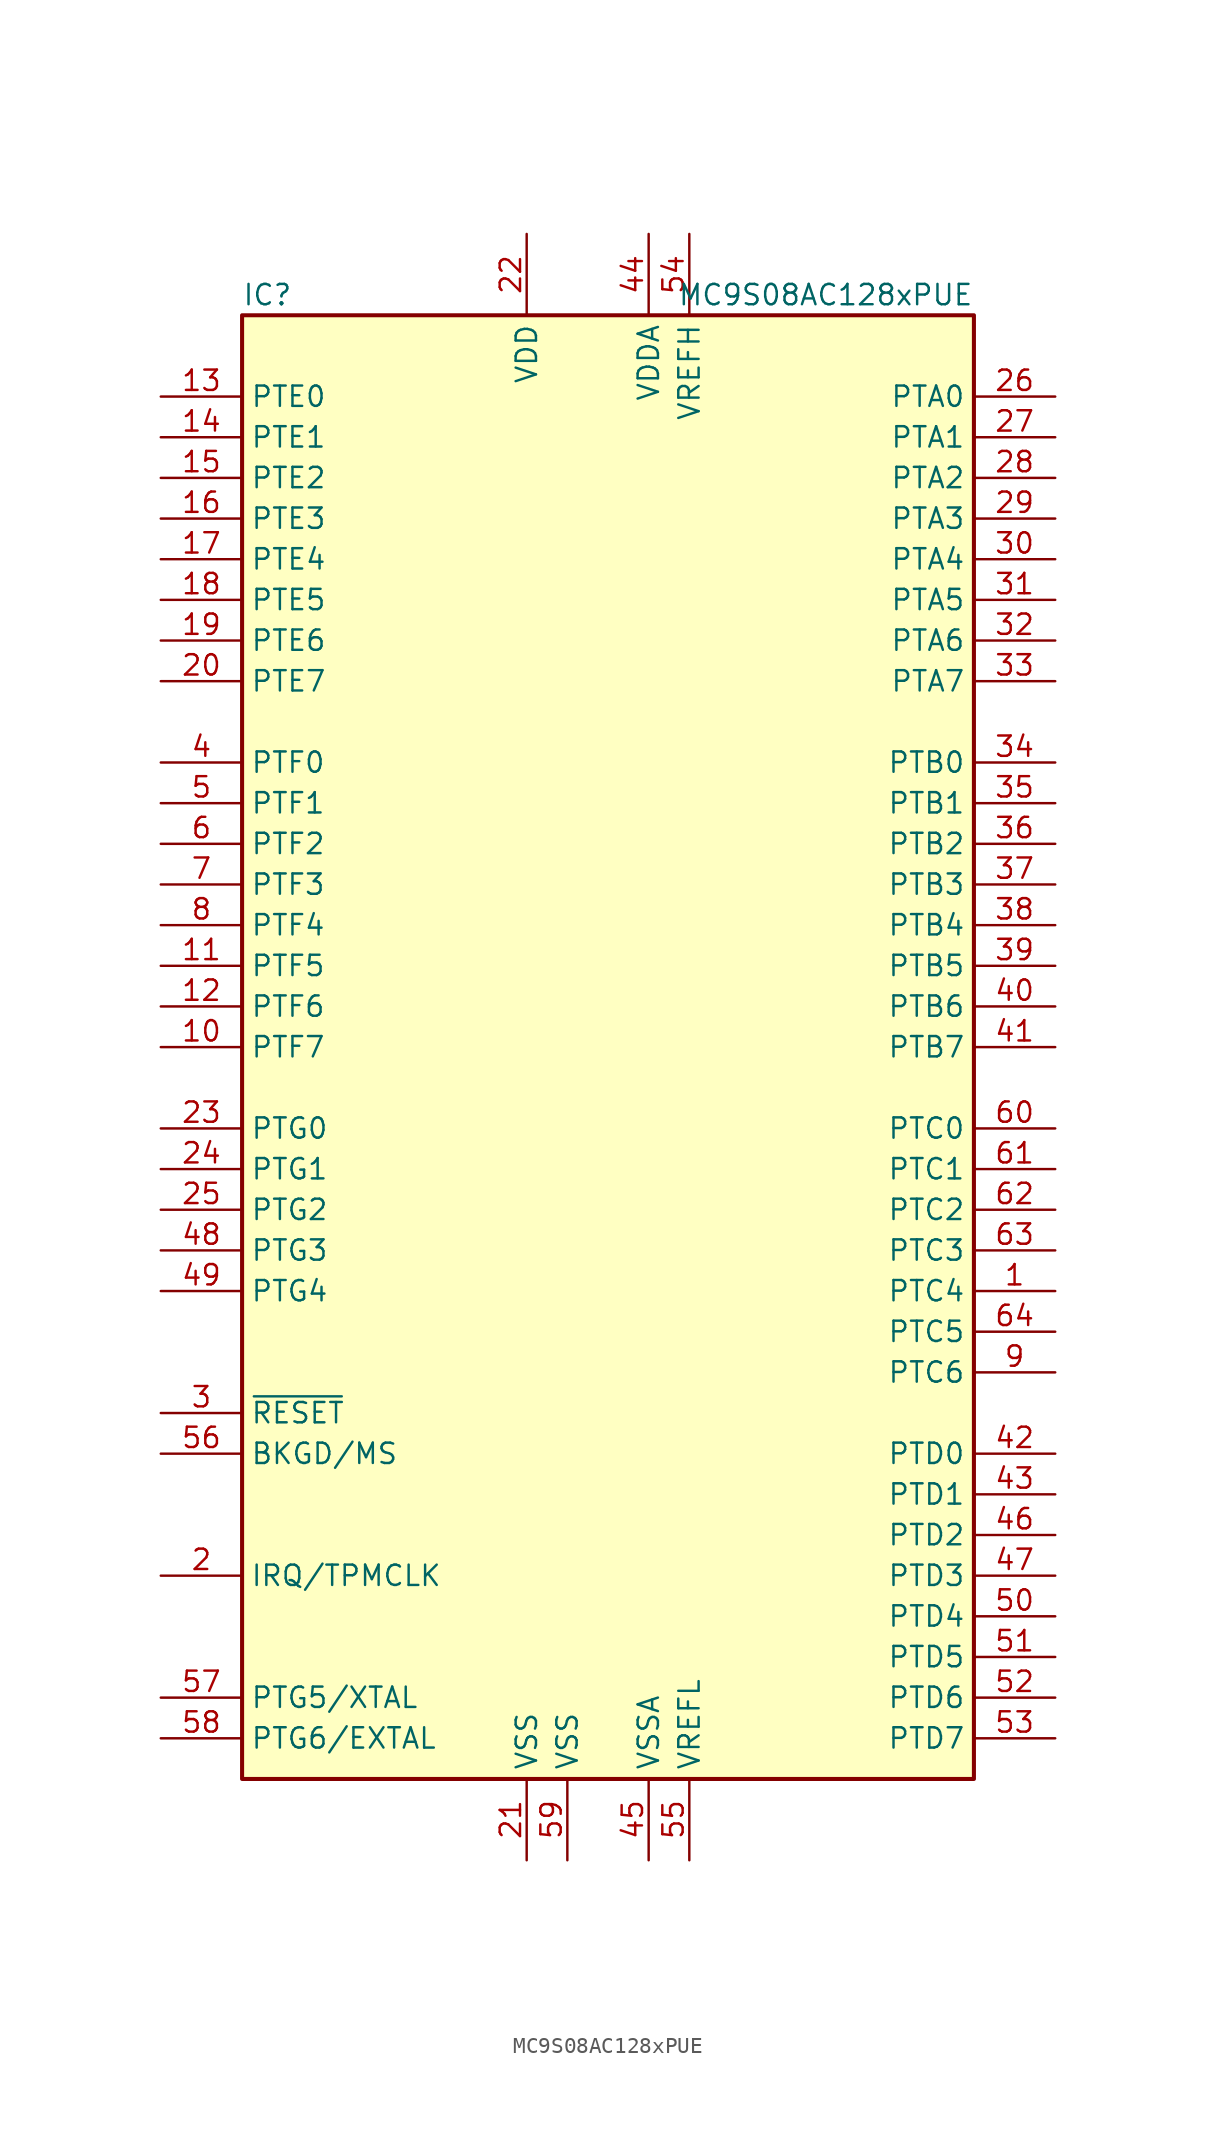
<source format=kicad_sym>
(kicad_symbol_lib
  (version 20231120)
  (generator "kicad_symbol_editor")
  (generator_version "8.0")
  (symbol "MC9S08AC128xPUE"
    (property "Reference" "IC"
      (at -22.86 46.99 0)
      (effects (font (size 1.27 1.27)) (justify left)))
    (property "Value" "MC9S08AC128xPUE"
      (at 22.86 46.99 0)
      (effects (font (size 1.27 1.27)) (justify right)))
    (symbol "MC9S08AC128xPUE_0_1"
      (rectangle (start -22.86 45.72) (end 22.86 -45.72) (stroke (width 0.254) (type default)) (fill (type background))))
    (symbol "MC9S08AC128xPUE_1_1"
      (pin bidirectional line (at 27.94 -15.24 180) (length 5.08) (name "PTC4" (effects (font (size 1.27 1.27)))) (number "1" (effects (font (size 1.27 1.27)))))
      (pin bidirectional line (at -27.94 0 0) (length 5.08) (name "PTF7" (effects (font (size 1.27 1.27)))) (number "10" (effects (font (size 1.27 1.27)))))
      (pin bidirectional line (at -27.94 5.08 0) (length 5.08) (name "PTF5" (effects (font (size 1.27 1.27)))) (number "11" (effects (font (size 1.27 1.27)))))
      (pin bidirectional line (at -27.94 2.54 0) (length 5.08) (name "PTF6" (effects (font (size 1.27 1.27)))) (number "12" (effects (font (size 1.27 1.27)))))
      (pin bidirectional line (at -27.94 40.64 0) (length 5.08) (name "PTE0" (effects (font (size 1.27 1.27)))) (number "13" (effects (font (size 1.27 1.27)))))
      (pin bidirectional line (at -27.94 38.1 0) (length 5.08) (name "PTE1" (effects (font (size 1.27 1.27)))) (number "14" (effects (font (size 1.27 1.27)))))
      (pin bidirectional line (at -27.94 35.56 0) (length 5.08) (name "PTE2" (effects (font (size 1.27 1.27)))) (number "15" (effects (font (size 1.27 1.27)))))
      (pin bidirectional line (at -27.94 33.02 0) (length 5.08) (name "PTE3" (effects (font (size 1.27 1.27)))) (number "16" (effects (font (size 1.27 1.27)))))
      (pin bidirectional line (at -27.94 30.48 0) (length 5.08) (name "PTE4" (effects (font (size 1.27 1.27)))) (number "17" (effects (font (size 1.27 1.27)))))
      (pin bidirectional line (at -27.94 27.94 0) (length 5.08) (name "PTE5" (effects (font (size 1.27 1.27)))) (number "18" (effects (font (size 1.27 1.27)))))
      (pin bidirectional line (at -27.94 25.4 0) (length 5.08) (name "PTE6" (effects (font (size 1.27 1.27)))) (number "19" (effects (font (size 1.27 1.27)))))
      (pin input line (at -27.94 -33.02 0) (length 5.08) (name "IRQ/TPMCLK" (effects (font (size 1.27 1.27)))) (number "2" (effects (font (size 1.27 1.27)))))
      (pin bidirectional line (at -27.94 22.86 0) (length 5.08) (name "PTE7" (effects (font (size 1.27 1.27)))) (number "20" (effects (font (size 1.27 1.27)))))
      (pin power_in line (at -5.08 -50.8 90) (length 5.08) (name "VSS" (effects (font (size 1.27 1.27)))) (number "21" (effects (font (size 1.27 1.27)))))
      (pin power_in line (at -5.08 50.8 270) (length 5.08) (name "VDD" (effects (font (size 1.27 1.27)))) (number "22" (effects (font (size 1.27 1.27)))))
      (pin bidirectional line (at -27.94 -5.08 0) (length 5.08) (name "PTG0" (effects (font (size 1.27 1.27)))) (number "23" (effects (font (size 1.27 1.27)))))
      (pin bidirectional line (at -27.94 -7.62 0) (length 5.08) (name "PTG1" (effects (font (size 1.27 1.27)))) (number "24" (effects (font (size 1.27 1.27)))))
      (pin bidirectional line (at -27.94 -10.16 0) (length 5.08) (name "PTG2" (effects (font (size 1.27 1.27)))) (number "25" (effects (font (size 1.27 1.27)))))
      (pin bidirectional line (at 27.94 40.64 180) (length 5.08) (name "PTA0" (effects (font (size 1.27 1.27)))) (number "26" (effects (font (size 1.27 1.27)))))
      (pin bidirectional line (at 27.94 38.1 180) (length 5.08) (name "PTA1" (effects (font (size 1.27 1.27)))) (number "27" (effects (font (size 1.27 1.27)))))
      (pin bidirectional line (at 27.94 35.56 180) (length 5.08) (name "PTA2" (effects (font (size 1.27 1.27)))) (number "28" (effects (font (size 1.27 1.27)))))
      (pin bidirectional line (at 27.94 33.02 180) (length 5.08) (name "PTA3" (effects (font (size 1.27 1.27)))) (number "29" (effects (font (size 1.27 1.27)))))
      (pin input line (at -27.94 -22.86 0) (length 5.08) (name "~{RESET}" (effects (font (size 1.27 1.27)))) (number "3" (effects (font (size 1.27 1.27)))))
      (pin bidirectional line (at 27.94 30.48 180) (length 5.08) (name "PTA4" (effects (font (size 1.27 1.27)))) (number "30" (effects (font (size 1.27 1.27)))))
      (pin bidirectional line (at 27.94 27.94 180) (length 5.08) (name "PTA5" (effects (font (size 1.27 1.27)))) (number "31" (effects (font (size 1.27 1.27)))))
      (pin bidirectional line (at 27.94 25.4 180) (length 5.08) (name "PTA6" (effects (font (size 1.27 1.27)))) (number "32" (effects (font (size 1.27 1.27)))))
      (pin bidirectional line (at 27.94 22.86 180) (length 5.08) (name "PTA7" (effects (font (size 1.27 1.27)))) (number "33" (effects (font (size 1.27 1.27)))))
      (pin bidirectional line (at 27.94 17.78 180) (length 5.08) (name "PTB0" (effects (font (size 1.27 1.27)))) (number "34" (effects (font (size 1.27 1.27)))))
      (pin bidirectional line (at 27.94 15.24 180) (length 5.08) (name "PTB1" (effects (font (size 1.27 1.27)))) (number "35" (effects (font (size 1.27 1.27)))))
      (pin bidirectional line (at 27.94 12.7 180) (length 5.08) (name "PTB2" (effects (font (size 1.27 1.27)))) (number "36" (effects (font (size 1.27 1.27)))))
      (pin bidirectional line (at 27.94 10.16 180) (length 5.08) (name "PTB3" (effects (font (size 1.27 1.27)))) (number "37" (effects (font (size 1.27 1.27)))))
      (pin bidirectional line (at 27.94 7.62 180) (length 5.08) (name "PTB4" (effects (font (size 1.27 1.27)))) (number "38" (effects (font (size 1.27 1.27)))))
      (pin bidirectional line (at 27.94 5.08 180) (length 5.08) (name "PTB5" (effects (font (size 1.27 1.27)))) (number "39" (effects (font (size 1.27 1.27)))))
      (pin bidirectional line (at -27.94 17.78 0) (length 5.08) (name "PTF0" (effects (font (size 1.27 1.27)))) (number "4" (effects (font (size 1.27 1.27)))))
      (pin bidirectional line (at 27.94 2.54 180) (length 5.08) (name "PTB6" (effects (font (size 1.27 1.27)))) (number "40" (effects (font (size 1.27 1.27)))))
      (pin bidirectional line (at 27.94 0 180) (length 5.08) (name "PTB7" (effects (font (size 1.27 1.27)))) (number "41" (effects (font (size 1.27 1.27)))))
      (pin bidirectional line (at 27.94 -25.4 180) (length 5.08) (name "PTD0" (effects (font (size 1.27 1.27)))) (number "42" (effects (font (size 1.27 1.27)))))
      (pin bidirectional line (at 27.94 -27.94 180) (length 5.08) (name "PTD1" (effects (font (size 1.27 1.27)))) (number "43" (effects (font (size 1.27 1.27)))))
      (pin power_in line (at 2.54 50.8 270) (length 5.08) (name "VDDA" (effects (font (size 1.27 1.27)))) (number "44" (effects (font (size 1.27 1.27)))))
      (pin power_in line (at 2.54 -50.8 90) (length 5.08) (name "VSSA" (effects (font (size 1.27 1.27)))) (number "45" (effects (font (size 1.27 1.27)))))
      (pin bidirectional line (at 27.94 -30.48 180) (length 5.08) (name "PTD2" (effects (font (size 1.27 1.27)))) (number "46" (effects (font (size 1.27 1.27)))))
      (pin bidirectional line (at 27.94 -33.02 180) (length 5.08) (name "PTD3" (effects (font (size 1.27 1.27)))) (number "47" (effects (font (size 1.27 1.27)))))
      (pin bidirectional line (at -27.94 -12.7 0) (length 5.08) (name "PTG3" (effects (font (size 1.27 1.27)))) (number "48" (effects (font (size 1.27 1.27)))))
      (pin bidirectional line (at -27.94 -15.24 0) (length 5.08) (name "PTG4" (effects (font (size 1.27 1.27)))) (number "49" (effects (font (size 1.27 1.27)))))
      (pin bidirectional line (at -27.94 15.24 0) (length 5.08) (name "PTF1" (effects (font (size 1.27 1.27)))) (number "5" (effects (font (size 1.27 1.27)))))
      (pin bidirectional line (at 27.94 -35.56 180) (length 5.08) (name "PTD4" (effects (font (size 1.27 1.27)))) (number "50" (effects (font (size 1.27 1.27)))))
      (pin bidirectional line (at 27.94 -38.1 180) (length 5.08) (name "PTD5" (effects (font (size 1.27 1.27)))) (number "51" (effects (font (size 1.27 1.27)))))
      (pin bidirectional line (at 27.94 -40.64 180) (length 5.08) (name "PTD6" (effects (font (size 1.27 1.27)))) (number "52" (effects (font (size 1.27 1.27)))))
      (pin bidirectional line (at 27.94 -43.18 180) (length 5.08) (name "PTD7" (effects (font (size 1.27 1.27)))) (number "53" (effects (font (size 1.27 1.27)))))
      (pin power_in line (at 5.08 50.8 270) (length 5.08) (name "VREFH" (effects (font (size 1.27 1.27)))) (number "54" (effects (font (size 1.27 1.27)))))
      (pin power_in line (at 5.08 -50.8 90) (length 5.08) (name "VREFL" (effects (font (size 1.27 1.27)))) (number "55" (effects (font (size 1.27 1.27)))))
      (pin bidirectional line (at -27.94 -25.4 0) (length 5.08) (name "BKGD/MS" (effects (font (size 1.27 1.27)))) (number "56" (effects (font (size 1.27 1.27)))))
      (pin bidirectional line (at -27.94 -40.64 0) (length 5.08) (name "PTG5/XTAL" (effects (font (size 1.27 1.27)))) (number "57" (effects (font (size 1.27 1.27)))))
      (pin bidirectional line (at -27.94 -43.18 0) (length 5.08) (name "PTG6/EXTAL" (effects (font (size 1.27 1.27)))) (number "58" (effects (font (size 1.27 1.27)))))
      (pin power_in line (at -2.54 -50.8 90) (length 5.08) (name "VSS" (effects (font (size 1.27 1.27)))) (number "59" (effects (font (size 1.27 1.27)))))
      (pin bidirectional line (at -27.94 12.7 0) (length 5.08) (name "PTF2" (effects (font (size 1.27 1.27)))) (number "6" (effects (font (size 1.27 1.27)))))
      (pin bidirectional line (at 27.94 -5.08 180) (length 5.08) (name "PTC0" (effects (font (size 1.27 1.27)))) (number "60" (effects (font (size 1.27 1.27)))))
      (pin bidirectional line (at 27.94 -7.62 180) (length 5.08) (name "PTC1" (effects (font (size 1.27 1.27)))) (number "61" (effects (font (size 1.27 1.27)))))
      (pin bidirectional line (at 27.94 -10.16 180) (length 5.08) (name "PTC2" (effects (font (size 1.27 1.27)))) (number "62" (effects (font (size 1.27 1.27)))))
      (pin bidirectional line (at 27.94 -12.7 180) (length 5.08) (name "PTC3" (effects (font (size 1.27 1.27)))) (number "63" (effects (font (size 1.27 1.27)))))
      (pin bidirectional line (at 27.94 -17.78 180) (length 5.08) (name "PTC5" (effects (font (size 1.27 1.27)))) (number "64" (effects (font (size 1.27 1.27)))))
      (pin bidirectional line (at -27.94 10.16 0) (length 5.08) (name "PTF3" (effects (font (size 1.27 1.27)))) (number "7" (effects (font (size 1.27 1.27)))))
      (pin bidirectional line (at -27.94 7.62 0) (length 5.08) (name "PTF4" (effects (font (size 1.27 1.27)))) (number "8" (effects (font (size 1.27 1.27)))))
      (pin bidirectional line (at 27.94 -20.32 180) (length 5.08) (name "PTC6" (effects (font (size 1.27 1.27)))) (number "9" (effects (font (size 1.27 1.27))))))))
</source>
